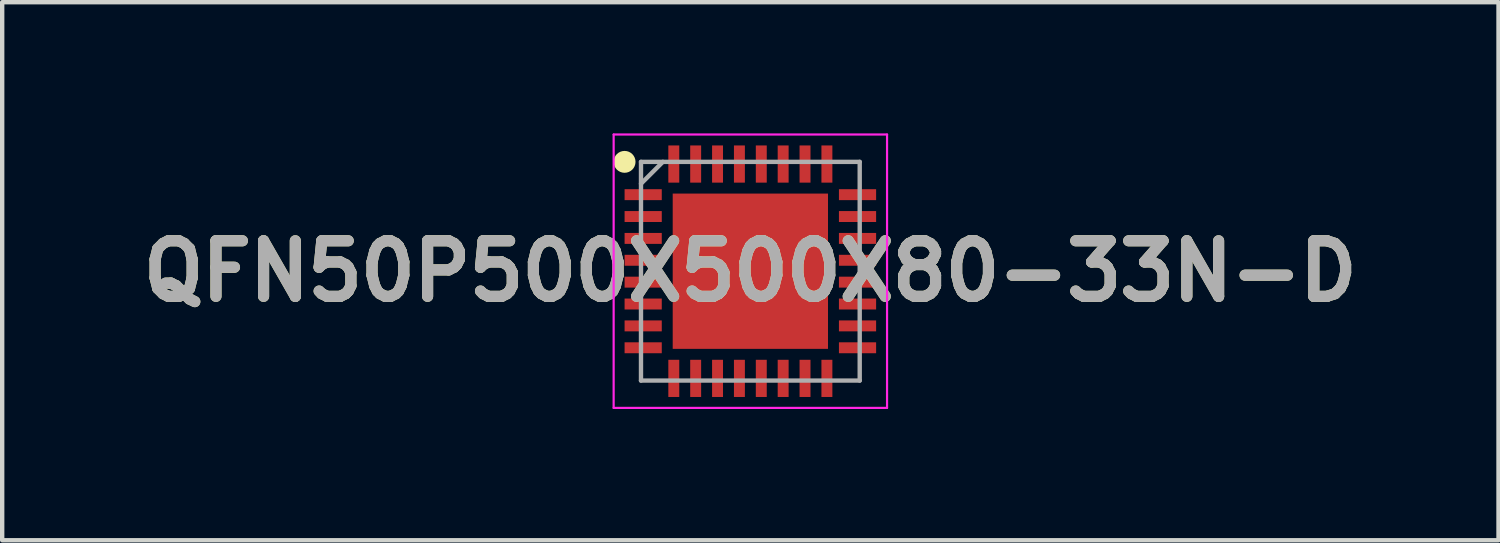
<source format=kicad_pcb>
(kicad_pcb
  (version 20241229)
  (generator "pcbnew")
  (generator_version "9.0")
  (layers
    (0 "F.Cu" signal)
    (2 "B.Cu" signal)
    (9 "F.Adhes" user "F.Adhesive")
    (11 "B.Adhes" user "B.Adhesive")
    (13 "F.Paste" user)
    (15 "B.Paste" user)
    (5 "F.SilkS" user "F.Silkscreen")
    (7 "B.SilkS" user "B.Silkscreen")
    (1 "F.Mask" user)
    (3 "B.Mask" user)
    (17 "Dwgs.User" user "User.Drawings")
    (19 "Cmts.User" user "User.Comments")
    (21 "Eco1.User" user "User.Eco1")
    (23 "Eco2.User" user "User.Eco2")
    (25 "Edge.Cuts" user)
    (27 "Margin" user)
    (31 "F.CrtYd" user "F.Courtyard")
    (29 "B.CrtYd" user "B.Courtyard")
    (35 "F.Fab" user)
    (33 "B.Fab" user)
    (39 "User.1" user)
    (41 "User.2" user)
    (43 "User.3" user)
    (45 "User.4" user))
  (footprint "QFN50P500X500X80-33N-D"
    (layer "F.Cu")
    (at 14.103 3.15)
    (property "Reference" "QFN50P500X500X80-33N-D" (at 0 0 0) (layer "F.SilkS") (effects (font (size 1.27 1.27) (thickness 0.254))))
    (attr smd)
    (fp_circle (center -2.875 -2.5) (end -2.875 -2.375) (stroke (width 0.25) (type solid)) (fill no) (layer "F.SilkS"))
    (fp_line (start -3.125 -3.125) (end 3.125 -3.125) (stroke (width 0.05) (type solid)) (layer "F.CrtYd"))
    (fp_line (start -3.125 3.125) (end -3.125 -3.125) (stroke (width 0.05) (type solid)) (layer "F.CrtYd"))
    (fp_line (start 3.125 -3.125) (end 3.125 3.125) (stroke (width 0.05) (type solid)) (layer "F.CrtYd"))
    (fp_line (start 3.125 3.125) (end -3.125 3.125) (stroke (width 0.05) (type solid)) (layer "F.CrtYd"))
    (fp_line (start -2.5 -2.5) (end 2.5 -2.5) (stroke (width 0.1) (type solid)) (layer "F.Fab"))
    (fp_line (start -2.5 -2) (end -2 -2.5) (stroke (width 0.1) (type solid)) (layer "F.Fab"))
    (fp_line (start -2.5 2.5) (end -2.5 -2.5) (stroke (width 0.1) (type solid)) (layer "F.Fab"))
    (fp_line (start 2.5 -2.5) (end 2.5 2.5) (stroke (width 0.1) (type solid)) (layer "F.Fab"))
    (fp_line (start 2.5 2.5) (end -2.5 2.5) (stroke (width 0.1) (type solid)) (layer "F.Fab"))
    (fp_text user "${REFERENCE}" (at 0 0 0) (layer "F.Fab") (effects (font (size 1.27 1.27) (thickness 0.254))))
    (pad "1" smd rect (at -2.45 -1.75 90) (size 0.25 0.85) (layers "F.Cu" "F.Mask" "F.Paste"))
    (pad "2" smd rect (at -2.45 -1.25 90) (size 0.25 0.85) (layers "F.Cu" "F.Mask" "F.Paste"))
    (pad "3" smd rect (at -2.45 -0.75 90) (size 0.25 0.85) (layers "F.Cu" "F.Mask" "F.Paste"))
    (pad "4" smd rect (at -2.45 -0.25 90) (size 0.25 0.85) (layers "F.Cu" "F.Mask" "F.Paste"))
    (pad "5" smd rect (at -2.45 0.25 90) (size 0.25 0.85) (layers "F.Cu" "F.Mask" "F.Paste"))
    (pad "6" smd rect (at -2.45 0.75 90) (size 0.25 0.85) (layers "F.Cu" "F.Mask" "F.Paste"))
    (pad "7" smd rect (at -2.45 1.25 90) (size 0.25 0.85) (layers "F.Cu" "F.Mask" "F.Paste"))
    (pad "8" smd rect (at -2.45 1.75 90) (size 0.25 0.85) (layers "F.Cu" "F.Mask" "F.Paste"))
    (pad "9" smd rect (at -1.75 2.45) (size 0.25 0.85) (layers "F.Cu" "F.Mask" "F.Paste"))
    (pad "10" smd rect (at -1.25 2.45) (size 0.25 0.85) (layers "F.Cu" "F.Mask" "F.Paste"))
    (pad "11" smd rect (at -0.75 2.45) (size 0.25 0.85) (layers "F.Cu" "F.Mask" "F.Paste"))
    (pad "12" smd rect (at -0.25 2.45) (size 0.25 0.85) (layers "F.Cu" "F.Mask" "F.Paste"))
    (pad "13" smd rect (at 0.25 2.45) (size 0.25 0.85) (layers "F.Cu" "F.Mask" "F.Paste"))
    (pad "14" smd rect (at 0.75 2.45) (size 0.25 0.85) (layers "F.Cu" "F.Mask" "F.Paste"))
    (pad "15" smd rect (at 1.25 2.45) (size 0.25 0.85) (layers "F.Cu" "F.Mask" "F.Paste"))
    (pad "16" smd rect (at 1.75 2.45) (size 0.25 0.85) (layers "F.Cu" "F.Mask" "F.Paste"))
    (pad "17" smd rect (at 2.45 1.75 90) (size 0.25 0.85) (layers "F.Cu" "F.Mask" "F.Paste"))
    (pad "18" smd rect (at 2.45 1.25 90) (size 0.25 0.85) (layers "F.Cu" "F.Mask" "F.Paste"))
    (pad "19" smd rect (at 2.45 0.75 90) (size 0.25 0.85) (layers "F.Cu" "F.Mask" "F.Paste"))
    (pad "20" smd rect (at 2.45 0.25 90) (size 0.25 0.85) (layers "F.Cu" "F.Mask" "F.Paste"))
    (pad "21" smd rect (at 2.45 -0.25 90) (size 0.25 0.85) (layers "F.Cu" "F.Mask" "F.Paste"))
    (pad "22" smd rect (at 2.45 -0.75 90) (size 0.25 0.85) (layers "F.Cu" "F.Mask" "F.Paste"))
    (pad "23" smd rect (at 2.45 -1.25 90) (size 0.25 0.85) (layers "F.Cu" "F.Mask" "F.Paste"))
    (pad "24" smd rect (at 2.45 -1.75 90) (size 0.25 0.85) (layers "F.Cu" "F.Mask" "F.Paste"))
    (pad "25" smd rect (at 1.75 -2.45) (size 0.25 0.85) (layers "F.Cu" "F.Mask" "F.Paste"))
    (pad "26" smd rect (at 1.25 -2.45) (size 0.25 0.85) (layers "F.Cu" "F.Mask" "F.Paste"))
    (pad "27" smd rect (at 0.75 -2.45) (size 0.25 0.85) (layers "F.Cu" "F.Mask" "F.Paste"))
    (pad "28" smd rect (at 0.25 -2.45) (size 0.25 0.85) (layers "F.Cu" "F.Mask" "F.Paste"))
    (pad "29" smd rect (at -0.25 -2.45) (size 0.25 0.85) (layers "F.Cu" "F.Mask" "F.Paste"))
    (pad "30" smd rect (at -0.75 -2.45) (size 0.25 0.85) (layers "F.Cu" "F.Mask" "F.Paste"))
    (pad "31" smd rect (at -1.25 -2.45) (size 0.25 0.85) (layers "F.Cu" "F.Mask" "F.Paste"))
    (pad "32" smd rect (at -1.75 -2.45) (size 0.25 0.85) (layers "F.Cu" "F.Mask" "F.Paste"))
    (pad "33" smd rect (at 0 0) (size 3.55 3.55) (layers "F.Cu" "F.Mask" "F.Paste")))
  (gr_rect
    (start -3 -3)
    (end 31.206 9.3)
    (stroke (width 0.1) (type default))
    (fill no)
    (layer "Edge.Cuts")))
</source>
